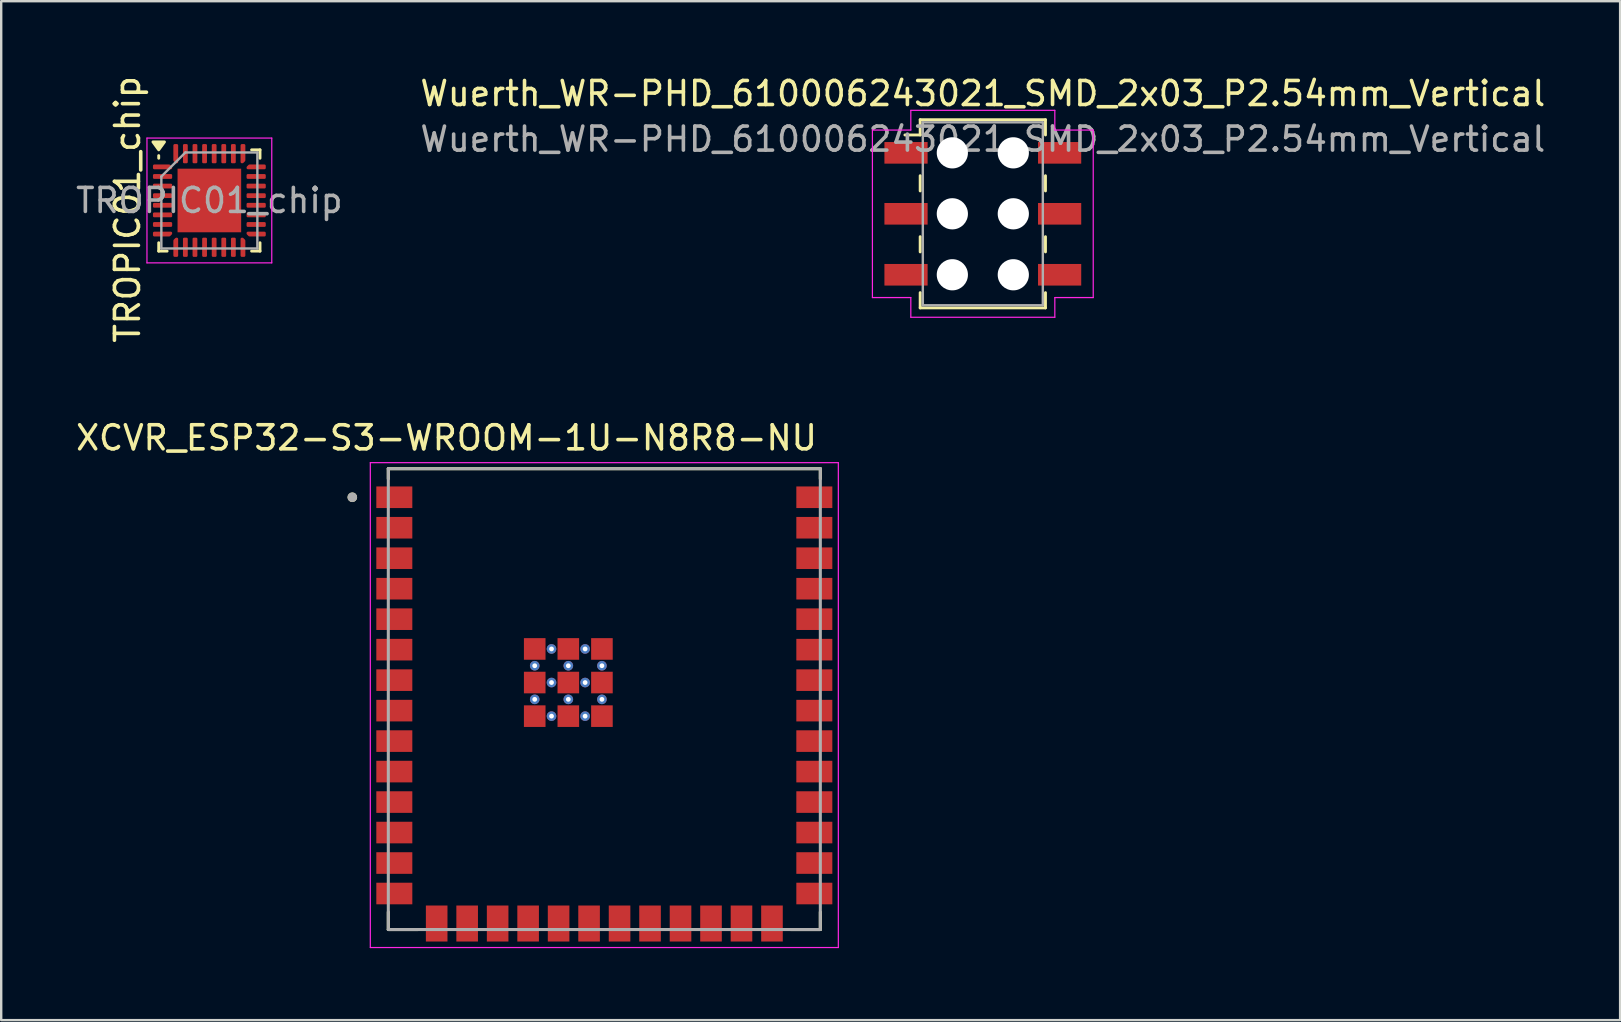
<source format=kicad_pcb>
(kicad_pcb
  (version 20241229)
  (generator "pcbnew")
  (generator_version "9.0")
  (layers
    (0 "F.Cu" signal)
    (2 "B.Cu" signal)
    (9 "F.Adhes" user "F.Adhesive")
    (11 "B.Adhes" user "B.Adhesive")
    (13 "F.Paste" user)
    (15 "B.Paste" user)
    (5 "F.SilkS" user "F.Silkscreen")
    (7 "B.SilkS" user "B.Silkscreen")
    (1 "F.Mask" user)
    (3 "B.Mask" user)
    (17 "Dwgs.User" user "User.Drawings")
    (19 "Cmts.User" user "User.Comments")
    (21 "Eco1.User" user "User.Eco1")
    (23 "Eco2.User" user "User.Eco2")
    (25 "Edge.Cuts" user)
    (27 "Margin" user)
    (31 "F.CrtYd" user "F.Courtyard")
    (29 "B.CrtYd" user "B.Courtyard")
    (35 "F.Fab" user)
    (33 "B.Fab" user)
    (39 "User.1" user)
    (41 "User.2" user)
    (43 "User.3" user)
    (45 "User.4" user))
  (footprint "TROPIC01_chip"
    (layer "F.Cu")
    (at 5.673 5.303)
    (property "Reference" "TROPIC01_chip" (at -3.41 0.37 90) (layer "F.SilkS") (effects (font (size 1 1) (thickness 0.15))))
    (attr smd)
    (fp_line (start -2.11 -1.76) (end -2.11 -1.87) (stroke (width 0.12) (type solid)) (layer "F.SilkS"))
    (fp_line (start -2.11 2.11) (end -2.11 1.76) (stroke (width 0.12) (type solid)) (layer "F.SilkS"))
    (fp_line (start -1.76 2.11) (end -2.11 2.11) (stroke (width 0.12) (type solid)) (layer "F.SilkS"))
    (fp_line (start 1.76 -2.11) (end 2.11 -2.11) (stroke (width 0.12) (type solid)) (layer "F.SilkS"))
    (fp_line (start 1.76 2.11) (end 2.11 2.11) (stroke (width 0.12) (type solid)) (layer "F.SilkS"))
    (fp_line (start 2.11 -2.11) (end 2.11 -1.76) (stroke (width 0.12) (type solid)) (layer "F.SilkS"))
    (fp_line (start 2.11 2.11) (end 2.11 1.76) (stroke (width 0.12) (type solid)) (layer "F.SilkS"))
    (fp_poly (pts (xy -2.11 -2.11) (xy -2.35 -2.44) (xy -1.87 -2.44) (xy -2.11 -2.11)) (stroke (width 0.12) (type solid)) (fill yes) (layer "F.SilkS"))
    (fp_line (start -2.6 -2.6) (end -2.6 2.6) (stroke (width 0.05) (type solid)) (layer "F.CrtYd"))
    (fp_line (start -2.6 2.6) (end 2.6 2.6) (stroke (width 0.05) (type solid)) (layer "F.CrtYd"))
    (fp_line (start 2.6 -2.6) (end -2.6 -2.6) (stroke (width 0.05) (type solid)) (layer "F.CrtYd"))
    (fp_line (start 2.6 2.6) (end 2.6 -2.6) (stroke (width 0.05) (type solid)) (layer "F.CrtYd"))
    (fp_line (start -2 -1) (end -1 -2) (stroke (width 0.1) (type solid)) (layer "F.Fab"))
    (fp_line (start -2 2) (end -2 -1) (stroke (width 0.1) (type solid)) (layer "F.Fab"))
    (fp_line (start -1 -2) (end 2 -2) (stroke (width 0.1) (type solid)) (layer "F.Fab"))
    (fp_line (start 2 -2) (end 2 2) (stroke (width 0.1) (type solid)) (layer "F.Fab"))
    (fp_line (start 2 2) (end -2 2) (stroke (width 0.1) (type solid)) (layer "F.Fab"))
    (fp_text user "${REFERENCE}" (at 0 0 0) (layer "F.Fab") (effects (font (size 1 1) (thickness 0.15))))
    (pad "" smd roundrect (at -0.66 -0.66) (size 1.07 1.07) (layers "F.Paste") (roundrect_rratio 0.234))
    (pad "" smd roundrect (at -0.66 0.66) (size 1.07 1.07) (layers "F.Paste") (roundrect_rratio 0.234))
    (pad "" smd roundrect (at 0.66 -0.66) (size 1.07 1.07) (layers "F.Paste") (roundrect_rratio 0.234))
    (pad "" smd roundrect (at 0.66 0.66) (size 1.07 1.07) (layers "F.Paste") (roundrect_rratio 0.234))
    (pad "1" smd custom (at -1.95 -1.4) (size 0.129 0.129) (layers "F.Cu" "F.Mask" "F.Paste") (options (anchor circle)) (primitives (gr_poly (pts (xy -0.35 -0.05) (xy 0.279 -0.05) (xy 0.35 0.021) (xy 0.35 0.05) (xy -0.35 0.05)) (width 0.1) (fill yes))))
    (pad "2" smd roundrect (at -1.95 -1) (size 0.8 0.2) (layers "F.Cu" "F.Mask" "F.Paste") (roundrect_rratio 0.25))
    (pad "3" smd roundrect (at -1.95 -0.6) (size 0.8 0.2) (layers "F.Cu" "F.Mask" "F.Paste") (roundrect_rratio 0.25))
    (pad "4" smd roundrect (at -1.95 -0.2) (size 0.8 0.2) (layers "F.Cu" "F.Mask" "F.Paste") (roundrect_rratio 0.25))
    (pad "5" smd roundrect (at -1.95 0.2) (size 0.8 0.2) (layers "F.Cu" "F.Mask" "F.Paste") (roundrect_rratio 0.25))
    (pad "6" smd roundrect (at -1.95 0.6) (size 0.8 0.2) (layers "F.Cu" "F.Mask" "F.Paste") (roundrect_rratio 0.25))
    (pad "7" smd roundrect (at -1.95 1) (size 0.8 0.2) (layers "F.Cu" "F.Mask" "F.Paste") (roundrect_rratio 0.25))
    (pad "8" smd custom (at -1.95 1.4) (size 0.129 0.129) (layers "F.Cu" "F.Mask" "F.Paste") (options (anchor circle)) (primitives (gr_poly (pts (xy -0.35 -0.05) (xy 0.35 -0.05) (xy 0.35 -0.021) (xy 0.279 0.05) (xy -0.35 0.05)) (width 0.1) (fill yes))))
    (pad "9" smd custom (at -1.4 1.95) (size 0.129 0.129) (layers "F.Cu" "F.Mask" "F.Paste") (options (anchor circle)) (primitives (gr_poly (pts (xy -0.05 -0.279) (xy 0.021 -0.35) (xy 0.05 -0.35) (xy 0.05 0.35) (xy -0.05 0.35)) (width 0.1) (fill yes))))
    (pad "10" smd roundrect (at -1 1.95) (size 0.2 0.8) (layers "F.Cu" "F.Mask" "F.Paste") (roundrect_rratio 0.25))
    (pad "11" smd roundrect (at -0.6 1.95) (size 0.2 0.8) (layers "F.Cu" "F.Mask" "F.Paste") (roundrect_rratio 0.25))
    (pad "12" smd roundrect (at -0.2 1.95) (size 0.2 0.8) (layers "F.Cu" "F.Mask" "F.Paste") (roundrect_rratio 0.25))
    (pad "13" smd roundrect (at 0.2 1.95) (size 0.2 0.8) (layers "F.Cu" "F.Mask" "F.Paste") (roundrect_rratio 0.25))
    (pad "14" smd roundrect (at 0.6 1.95) (size 0.2 0.8) (layers "F.Cu" "F.Mask" "F.Paste") (roundrect_rratio 0.25))
    (pad "15" smd roundrect (at 1 1.95) (size 0.2 0.8) (layers "F.Cu" "F.Mask" "F.Paste") (roundrect_rratio 0.25))
    (pad "16" smd custom (at 1.4 1.95) (size 0.129 0.129) (layers "F.Cu" "F.Mask" "F.Paste") (options (anchor circle)) (primitives (gr_poly (pts (xy -0.05 -0.35) (xy -0.021 -0.35) (xy 0.05 -0.279) (xy 0.05 0.35) (xy -0.05 0.35)) (width 0.1) (fill yes))))
    (pad "17" smd custom (at 1.95 1.4) (size 0.129 0.129) (layers "F.Cu" "F.Mask" "F.Paste") (options (anchor circle)) (primitives (gr_poly (pts (xy -0.35 -0.05) (xy 0.35 -0.05) (xy 0.35 0.05) (xy -0.279 0.05) (xy -0.35 -0.021)) (width 0.1) (fill yes))))
    (pad "18" smd roundrect (at 1.95 1) (size 0.8 0.2) (layers "F.Cu" "F.Mask" "F.Paste") (roundrect_rratio 0.25))
    (pad "19" smd roundrect (at 1.95 0.6) (size 0.8 0.2) (layers "F.Cu" "F.Mask" "F.Paste") (roundrect_rratio 0.25))
    (pad "20" smd roundrect (at 1.95 0.2) (size 0.8 0.2) (layers "F.Cu" "F.Mask" "F.Paste") (roundrect_rratio 0.25))
    (pad "21" smd roundrect (at 1.95 -0.2) (size 0.8 0.2) (layers "F.Cu" "F.Mask" "F.Paste") (roundrect_rratio 0.25))
    (pad "22" smd roundrect (at 1.95 -0.6) (size 0.8 0.2) (layers "F.Cu" "F.Mask" "F.Paste") (roundrect_rratio 0.25))
    (pad "23" smd roundrect (at 1.95 -1) (size 0.8 0.2) (layers "F.Cu" "F.Mask" "F.Paste") (roundrect_rratio 0.25))
    (pad "24" smd custom (at 1.95 -1.4) (size 0.129 0.129) (layers "F.Cu" "F.Mask" "F.Paste") (options (anchor circle)) (primitives (gr_poly (pts (xy -0.35 0.021) (xy -0.279 -0.05) (xy 0.35 -0.05) (xy 0.35 0.05) (xy -0.35 0.05)) (width 0.1) (fill yes))))
    (pad "25" smd custom (at 1.4 -1.95) (size 0.129 0.129) (layers "F.Cu" "F.Mask" "F.Paste") (options (anchor circle)) (primitives (gr_poly (pts (xy -0.05 -0.35) (xy 0.05 -0.35) (xy 0.05 0.279) (xy -0.021 0.35) (xy -0.05 0.35)) (width 0.1) (fill yes))))
    (pad "26" smd roundrect (at 1 -1.95) (size 0.2 0.8) (layers "F.Cu" "F.Mask" "F.Paste") (roundrect_rratio 0.25))
    (pad "27" smd roundrect (at 0.6 -1.95) (size 0.2 0.8) (layers "F.Cu" "F.Mask" "F.Paste") (roundrect_rratio 0.25))
    (pad "28" smd roundrect (at 0.2 -1.95) (size 0.2 0.8) (layers "F.Cu" "F.Mask" "F.Paste") (roundrect_rratio 0.25))
    (pad "29" smd roundrect (at -0.2 -1.95) (size 0.2 0.8) (layers "F.Cu" "F.Mask" "F.Paste") (roundrect_rratio 0.25))
    (pad "30" smd roundrect (at -0.6 -1.95) (size 0.2 0.8) (layers "F.Cu" "F.Mask" "F.Paste") (roundrect_rratio 0.25))
    (pad "31" smd roundrect (at -1 -1.95) (size 0.2 0.8) (layers "F.Cu" "F.Mask" "F.Paste") (roundrect_rratio 0.25))
    (pad "32" smd custom (at -1.4 -1.95) (size 0.129 0.129) (layers "F.Cu" "F.Mask" "F.Paste") (options (anchor circle)) (primitives (gr_poly (pts (xy -0.05 -0.35) (xy 0.05 -0.35) (xy 0.05 0.35) (xy 0.021 0.35) (xy -0.05 0.279)) (width 0.1) (fill yes))))
    (pad "33" smd rect (at 0 0) (size 2.65 2.65) (property pad_prop_heatsink) (layers "F.Cu" "F.Mask")))
  (footprint "XCVR_ESP32-S3-WROOM-1U-N8R8-NU"
    (layer "F.Cu")
    (at 22.129 26.078)
    (property "Reference" "XCVR_ESP32-S3-WROOM-1U-N8R8-NU" (at -6.575 -10.885 0) (layer "F.SilkS") (effects (font (size 1 1) (thickness 0.15))))
    (attr smd)
    (fp_line (start -9 -9.6) (end 9 -9.6) (stroke (width 0.127) (type solid)) (layer "F.SilkS"))
    (fp_line (start -9 -9.18) (end -9 -9.6) (stroke (width 0.127) (type solid)) (layer "F.SilkS"))
    (fp_line (start -9 9.6) (end -9 8.87) (stroke (width 0.127) (type solid)) (layer "F.SilkS"))
    (fp_line (start -7.755 9.6) (end -9 9.6) (stroke (width 0.127) (type solid)) (layer "F.SilkS"))
    (fp_line (start 9 -9.6) (end 9 -9.18) (stroke (width 0.127) (type solid)) (layer "F.SilkS"))
    (fp_line (start 9 9.6) (end 7.755 9.6) (stroke (width 0.127) (type solid)) (layer "F.SilkS"))
    (fp_line (start 9 9.6) (end 9 8.87) (stroke (width 0.127) (type solid)) (layer "F.SilkS"))
    (fp_circle (center -10.5 -8.41) (end -10.4 -8.41) (stroke (width 0.2) (type solid)) (fill no) (layer "F.SilkS"))
    (fp_line (start -9.75 -9.85) (end -9.75 10.35) (stroke (width 0.05) (type solid)) (layer "F.CrtYd"))
    (fp_line (start -9.75 10.35) (end 9.75 10.35) (stroke (width 0.05) (type solid)) (layer "F.CrtYd"))
    (fp_line (start 9.75 -9.85) (end -9.75 -9.85) (stroke (width 0.05) (type solid)) (layer "F.CrtYd"))
    (fp_line (start 9.75 10.35) (end 9.75 -9.85) (stroke (width 0.05) (type solid)) (layer "F.CrtYd"))
    (fp_line (start -9 -9.6) (end 9 -9.6) (stroke (width 0.127) (type solid)) (layer "F.Fab"))
    (fp_line (start -9 9.6) (end -9 -9.6) (stroke (width 0.127) (type solid)) (layer "F.Fab"))
    (fp_line (start 9 -9.6) (end 9 9.6) (stroke (width 0.127) (type solid)) (layer "F.Fab"))
    (fp_line (start 9 9.6) (end -9 9.6) (stroke (width 0.127) (type solid)) (layer "F.Fab"))
    (fp_circle (center -10.5 -8.41) (end -10.4 -8.41) (stroke (width 0.2) (type solid)) (fill no) (layer "F.Fab"))
    (pad "1" smd rect (at -8.75 -8.41) (size 1.5 0.9) (layers "F.Cu" "F.Mask" "F.Paste"))
    (pad "2" smd rect (at -8.75 -7.14) (size 1.5 0.9) (layers "F.Cu" "F.Mask" "F.Paste"))
    (pad "3" smd rect (at -8.75 -5.87) (size 1.5 0.9) (layers "F.Cu" "F.Mask" "F.Paste"))
    (pad "4" smd rect (at -8.75 -4.6) (size 1.5 0.9) (layers "F.Cu" "F.Mask" "F.Paste"))
    (pad "5" smd rect (at -8.75 -3.33) (size 1.5 0.9) (layers "F.Cu" "F.Mask" "F.Paste"))
    (pad "6" smd rect (at -8.75 -2.06) (size 1.5 0.9) (layers "F.Cu" "F.Mask" "F.Paste"))
    (pad "7" smd rect (at -8.75 -0.79) (size 1.5 0.9) (layers "F.Cu" "F.Mask" "F.Paste"))
    (pad "8" smd rect (at -8.75 0.48) (size 1.5 0.9) (layers "F.Cu" "F.Mask" "F.Paste"))
    (pad "9" smd rect (at -8.75 1.75) (size 1.5 0.9) (layers "F.Cu" "F.Mask" "F.Paste"))
    (pad "10" smd rect (at -8.75 3.02) (size 1.5 0.9) (layers "F.Cu" "F.Mask" "F.Paste"))
    (pad "11" smd rect (at -8.75 4.29) (size 1.5 0.9) (layers "F.Cu" "F.Mask" "F.Paste"))
    (pad "12" smd rect (at -8.75 5.56) (size 1.5 0.9) (layers "F.Cu" "F.Mask" "F.Paste"))
    (pad "13" smd rect (at -8.75 6.83) (size 1.5 0.9) (layers "F.Cu" "F.Mask" "F.Paste"))
    (pad "14" smd rect (at -8.75 8.1) (size 1.5 0.9) (layers "F.Cu" "F.Mask" "F.Paste"))
    (pad "15" smd rect (at -6.985 9.35) (size 0.9 1.5) (layers "F.Cu" "F.Mask" "F.Paste"))
    (pad "16" smd rect (at -5.715 9.35) (size 0.9 1.5) (layers "F.Cu" "F.Mask" "F.Paste"))
    (pad "17" smd rect (at -4.445 9.35) (size 0.9 1.5) (layers "F.Cu" "F.Mask" "F.Paste"))
    (pad "18" smd rect (at -3.175 9.35) (size 0.9 1.5) (layers "F.Cu" "F.Mask" "F.Paste"))
    (pad "19" smd rect (at -1.905 9.35) (size 0.9 1.5) (layers "F.Cu" "F.Mask" "F.Paste"))
    (pad "20" smd rect (at -0.635 9.35) (size 0.9 1.5) (layers "F.Cu" "F.Mask" "F.Paste"))
    (pad "21" smd rect (at 0.635 9.35) (size 0.9 1.5) (layers "F.Cu" "F.Mask" "F.Paste"))
    (pad "22" smd rect (at 1.905 9.35) (size 0.9 1.5) (layers "F.Cu" "F.Mask" "F.Paste"))
    (pad "23" smd rect (at 3.175 9.35) (size 0.9 1.5) (layers "F.Cu" "F.Mask" "F.Paste"))
    (pad "24" smd rect (at 4.445 9.35) (size 0.9 1.5) (layers "F.Cu" "F.Mask" "F.Paste"))
    (pad "25" smd rect (at 5.715 9.35) (size 0.9 1.5) (layers "F.Cu" "F.Mask" "F.Paste"))
    (pad "26" smd rect (at 6.985 9.35) (size 0.9 1.5) (layers "F.Cu" "F.Mask" "F.Paste"))
    (pad "27" smd rect (at 8.75 8.1) (size 1.5 0.9) (layers "F.Cu" "F.Mask" "F.Paste"))
    (pad "28" smd rect (at 8.75 6.83) (size 1.5 0.9) (layers "F.Cu" "F.Mask" "F.Paste"))
    (pad "29" smd rect (at 8.75 5.56) (size 1.5 0.9) (layers "F.Cu" "F.Mask" "F.Paste"))
    (pad "30" smd rect (at 8.75 4.29) (size 1.5 0.9) (layers "F.Cu" "F.Mask" "F.Paste"))
    (pad "31" smd rect (at 8.75 3.02) (size 1.5 0.9) (layers "F.Cu" "F.Mask" "F.Paste"))
    (pad "32" smd rect (at 8.75 1.75) (size 1.5 0.9) (layers "F.Cu" "F.Mask" "F.Paste"))
    (pad "33" smd rect (at 8.75 0.48) (size 1.5 0.9) (layers "F.Cu" "F.Mask" "F.Paste"))
    (pad "34" smd rect (at 8.75 -0.79) (size 1.5 0.9) (layers "F.Cu" "F.Mask" "F.Paste"))
    (pad "35" smd rect (at 8.75 -2.06) (size 1.5 0.9) (layers "F.Cu" "F.Mask" "F.Paste"))
    (pad "36" smd rect (at 8.75 -3.33) (size 1.5 0.9) (layers "F.Cu" "F.Mask" "F.Paste"))
    (pad "37" smd rect (at 8.75 -4.6) (size 1.5 0.9) (layers "F.Cu" "F.Mask" "F.Paste"))
    (pad "38" smd rect (at 8.75 -5.87) (size 1.5 0.9) (layers "F.Cu" "F.Mask" "F.Paste"))
    (pad "39" smd rect (at 8.75 -7.14) (size 1.5 0.9) (layers "F.Cu" "F.Mask" "F.Paste"))
    (pad "40" smd rect (at 8.75 -8.41) (size 1.5 0.9) (layers "F.Cu" "F.Mask" "F.Paste"))
    (pad "41" thru_hole circle (at -2.9 -1.39) (size 0.4 0.4) (drill 0.2) (layers "*.Cu"))
    (pad "41" thru_hole circle (at -2.9 0.01) (size 0.4 0.4) (drill 0.2) (layers "*.Cu"))
    (pad "41" thru_hole circle (at -2.2 -2.09) (size 0.4 0.4) (drill 0.2) (layers "*.Cu"))
    (pad "41" thru_hole circle (at -2.2 -0.69) (size 0.4 0.4) (drill 0.2) (layers "*.Cu"))
    (pad "41" thru_hole circle (at -2.2 0.71) (size 0.4 0.4) (drill 0.2) (layers "*.Cu"))
    (pad "41" thru_hole circle (at -1.5 -1.39) (size 0.4 0.4) (drill 0.2) (layers "*.Cu"))
    (pad "41" thru_hole circle (at -1.5 0.01) (size 0.4 0.4) (drill 0.2) (layers "*.Cu"))
    (pad "41" thru_hole circle (at -0.8 -2.09) (size 0.4 0.4) (drill 0.2) (layers "*.Cu"))
    (pad "41" thru_hole circle (at -0.8 -0.69) (size 0.4 0.4) (drill 0.2) (layers "*.Cu"))
    (pad "41" thru_hole circle (at -0.8 0.71) (size 0.4 0.4) (drill 0.2) (layers "*.Cu"))
    (pad "41" thru_hole circle (at -0.1 -1.39) (size 0.4 0.4) (drill 0.2) (layers "*.Cu"))
    (pad "41" thru_hole circle (at -0.1 0.01) (size 0.4 0.4) (drill 0.2) (layers "*.Cu"))
    (pad "41_1" smd rect (at -2.9 -2.09) (size 0.9 0.9) (layers "F.Cu" "F.Mask" "F.Paste"))
    (pad "41_2" smd rect (at -1.5 -2.09) (size 0.9 0.9) (layers "F.Cu" "F.Mask" "F.Paste"))
    (pad "41_3" smd rect (at -0.1 -2.09) (size 0.9 0.9) (layers "F.Cu" "F.Mask" "F.Paste"))
    (pad "41_4" smd rect (at -2.9 -0.69) (size 0.9 0.9) (layers "F.Cu" "F.Mask" "F.Paste"))
    (pad "41_5" smd rect (at -1.5 -0.69) (size 0.9 0.9) (layers "F.Cu" "F.Mask" "F.Paste"))
    (pad "41_6" smd rect (at -0.1 -0.69) (size 0.9 0.9) (layers "F.Cu" "F.Mask" "F.Paste"))
    (pad "41_7" smd rect (at -2.9 0.71) (size 0.9 0.9) (layers "F.Cu" "F.Mask" "F.Paste"))
    (pad "41_8" smd rect (at -1.5 0.71) (size 0.9 0.9) (layers "F.Cu" "F.Mask" "F.Paste"))
    (pad "41_9" smd rect (at -0.1 0.71) (size 0.9 0.9) (layers "F.Cu" "F.Mask" "F.Paste")))
  (footprint "Wuerth_WR-PHD_610006243021_SMD_2x03_P2.54mm_Vertical"
    (layer "F.Cu")
    (at 37.899 5.858)
    (property "Reference" "Wuerth_WR-PHD_610006243021_SMD_2x03_P2.54mm_Vertical" (at 0 -5.01 0) (layer "F.SilkS") (effects (font (size 1 1) (thickness 0.15))))
    (attr smd)
    (fp_line (start -2.61 -3.92) (end -2.61 -3.285) (stroke (width 0.12) (type solid)) (layer "F.SilkS"))
    (fp_line (start -2.61 -3.92) (end 2.61 -3.92) (stroke (width 0.12) (type solid)) (layer "F.SilkS"))
    (fp_line (start -2.61 -3.285) (end -3.245 -3.285) (stroke (width 0.12) (type solid)) (layer "F.SilkS"))
    (fp_line (start -2.61 -1.587) (end -2.61 -0.953) (stroke (width 0.12) (type solid)) (layer "F.SilkS"))
    (fp_line (start -2.61 0.953) (end -2.61 1.587) (stroke (width 0.12) (type solid)) (layer "F.SilkS"))
    (fp_line (start -2.61 3.92) (end -2.61 3.285) (stroke (width 0.12) (type solid)) (layer "F.SilkS"))
    (fp_line (start -2.61 3.92) (end 2.61 3.92) (stroke (width 0.12) (type solid)) (layer "F.SilkS"))
    (fp_line (start 2.61 -3.92) (end 2.61 -3.285) (stroke (width 0.12) (type solid)) (layer "F.SilkS"))
    (fp_line (start 2.61 -1.587) (end 2.61 -0.953) (stroke (width 0.12) (type solid)) (layer "F.SilkS"))
    (fp_line (start 2.61 0.953) (end 2.61 1.587) (stroke (width 0.12) (type solid)) (layer "F.SilkS"))
    (fp_line (start 2.61 3.92) (end 2.61 3.285) (stroke (width 0.12) (type solid)) (layer "F.SilkS"))
    (fp_line (start -4.6 -3.49) (end -3 -3.49) (stroke (width 0.05) (type solid)) (layer "F.CrtYd"))
    (fp_line (start -4.6 3.49) (end -4.6 -3.49) (stroke (width 0.05) (type solid)) (layer "F.CrtYd"))
    (fp_line (start -3 -4.31) (end 3 -4.31) (stroke (width 0.05) (type solid)) (layer "F.CrtYd"))
    (fp_line (start -3 -3.49) (end -3 -4.31) (stroke (width 0.05) (type solid)) (layer "F.CrtYd"))
    (fp_line (start -3 3.49) (end -4.6 3.49) (stroke (width 0.05) (type solid)) (layer "F.CrtYd"))
    (fp_line (start -3 4.31) (end -3 3.49) (stroke (width 0.05) (type solid)) (layer "F.CrtYd"))
    (fp_line (start 3 -4.31) (end 3 -3.49) (stroke (width 0.05) (type solid)) (layer "F.CrtYd"))
    (fp_line (start 3 -3.49) (end 4.6 -3.49) (stroke (width 0.05) (type solid)) (layer "F.CrtYd"))
    (fp_line (start 3 3.49) (end 3 4.31) (stroke (width 0.05) (type solid)) (layer "F.CrtYd"))
    (fp_line (start 3 4.31) (end -3 4.31) (stroke (width 0.05) (type solid)) (layer "F.CrtYd"))
    (fp_line (start 4.6 -3.49) (end 4.6 3.49) (stroke (width 0.05) (type solid)) (layer "F.CrtYd"))
    (fp_line (start 4.6 3.49) (end 3 3.49) (stroke (width 0.05) (type solid)) (layer "F.CrtYd"))
    (fp_line (start -2.5 -3.81) (end -2.5 3.81) (stroke (width 0.1) (type solid)) (layer "F.Fab"))
    (fp_line (start -2.5 3.81) (end 2.5 3.81) (stroke (width 0.1) (type solid)) (layer "F.Fab"))
    (fp_line (start 2.5 -3.81) (end -2.5 -3.81) (stroke (width 0.1) (type solid)) (layer "F.Fab"))
    (fp_line (start 2.5 3.81) (end 2.5 -3.81) (stroke (width 0.1) (type solid)) (layer "F.Fab"))
    (fp_text user "${REFERENCE}" (at 0 -3.11 0) (layer "F.Fab") (effects (font (size 1 1) (thickness 0.15))))
    (pad "" np_thru_hole circle (at -1.27 -2.54) (size 1.3 1.3) (drill 1.3) (layers "*.Cu" "*.Mask"))
    (pad "" np_thru_hole circle (at -1.27 0) (size 1.3 1.3) (drill 1.3) (layers "*.Cu" "*.Mask"))
    (pad "" np_thru_hole circle (at -1.27 2.54) (size 1.3 1.3) (drill 1.3) (layers "*.Cu" "*.Mask"))
    (pad "" np_thru_hole circle (at 1.27 -2.54) (size 1.3 1.3) (drill 1.3) (layers "*.Cu" "*.Mask"))
    (pad "" np_thru_hole circle (at 1.27 0) (size 1.3 1.3) (drill 1.3) (layers "*.Cu" "*.Mask"))
    (pad "" np_thru_hole circle (at 1.27 2.54) (size 1.3 1.3) (drill 1.3) (layers "*.Cu" "*.Mask"))
    (pad "1" smd rect (at -3.2 -2.54) (size 1.8 0.9) (layers "F.Cu" "F.Mask" "F.Paste"))
    (pad "2" smd rect (at 3.2 -2.54) (size 1.8 0.9) (layers "F.Cu" "F.Mask" "F.Paste"))
    (pad "3" smd rect (at -3.2 0) (size 1.8 0.9) (layers "F.Cu" "F.Mask" "F.Paste"))
    (pad "4" smd rect (at 3.2 0) (size 1.8 0.9) (layers "F.Cu" "F.Mask" "F.Paste"))
    (pad "5" smd rect (at -3.2 2.54) (size 1.8 0.9) (layers "F.Cu" "F.Mask" "F.Paste"))
    (pad "6" smd rect (at 3.2 2.54) (size 1.8 0.9) (layers "F.Cu" "F.Mask" "F.Paste")))
  (gr_rect
    (start -3 -3)
    (end 64.452 39.453)
    (stroke (width 0.1) (type default))
    (fill no)
    (layer "Edge.Cuts")))
</source>
